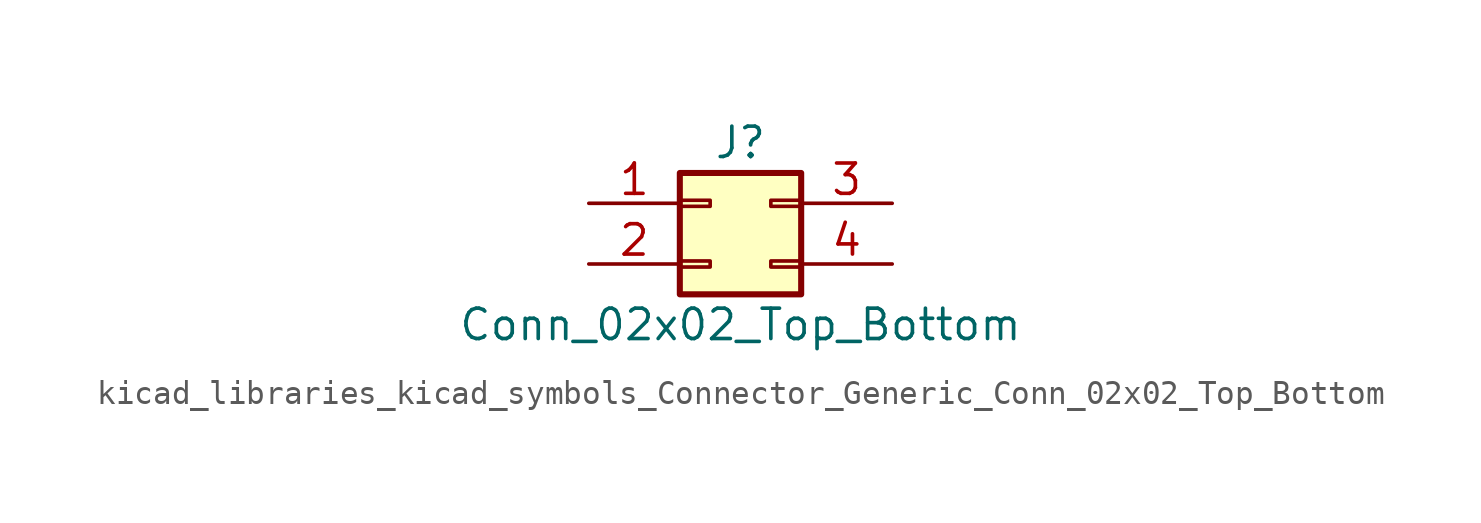
<source format=kicad_sym>
(kicad_symbol_lib
  (version 20220914)
  (generator kicad_symbol_editor)
  (symbol "kicad_libraries_kicad_symbols_Connector_Generic_Conn_02x02_Top_Bottom"
    (pin_names
      (offset 1.016) hide)
    (property "Reference" "J"
      (at 1.27 2.54 0)
      (effects (font (size 1.27 1.27))))
    (property "Value" "Conn_02x02_Top_Bottom"
      (at 1.27 -5.08 0)
      (effects (font (size 1.27 1.27))))
    (symbol "kicad_libraries_kicad_symbols_Connector_Generic_Conn_02x02_Top_Bottom_1_1"
      (rectangle (start -1.27 -2.413) (end 0 -2.667) (stroke (width 0.152) (type default)) (fill (type none)))
      (rectangle (start -1.27 0.127) (end 0 -0.127) (stroke (width 0.152) (type default)) (fill (type none)))
      (rectangle (start -1.27 1.27) (end 3.81 -3.81) (stroke (width 0.254) (type default)) (fill (type background)))
      (rectangle (start 3.81 -2.413) (end 2.54 -2.667) (stroke (width 0.152) (type default)) (fill (type none)))
      (rectangle (start 3.81 0.127) (end 2.54 -0.127) (stroke (width 0.152) (type default)) (fill (type none)))
      (pin passive line (at -5.08 0 0) (length 3.81) (name "Pin_1" (effects (font (size 1.27 1.27)))) (number "1" (effects (font (size 1.27 1.27)))))
      (pin passive line (at -5.08 -2.54 0) (length 3.81) (name "Pin_2" (effects (font (size 1.27 1.27)))) (number "2" (effects (font (size 1.27 1.27)))))
      (pin passive line (at 7.62 0 180) (length 3.81) (name "Pin_3" (effects (font (size 1.27 1.27)))) (number "3" (effects (font (size 1.27 1.27)))))
      (pin passive line (at 7.62 -2.54 180) (length 3.81) (name "Pin_4" (effects (font (size 1.27 1.27)))) (number "4" (effects (font (size 1.27 1.27))))))))
</source>
